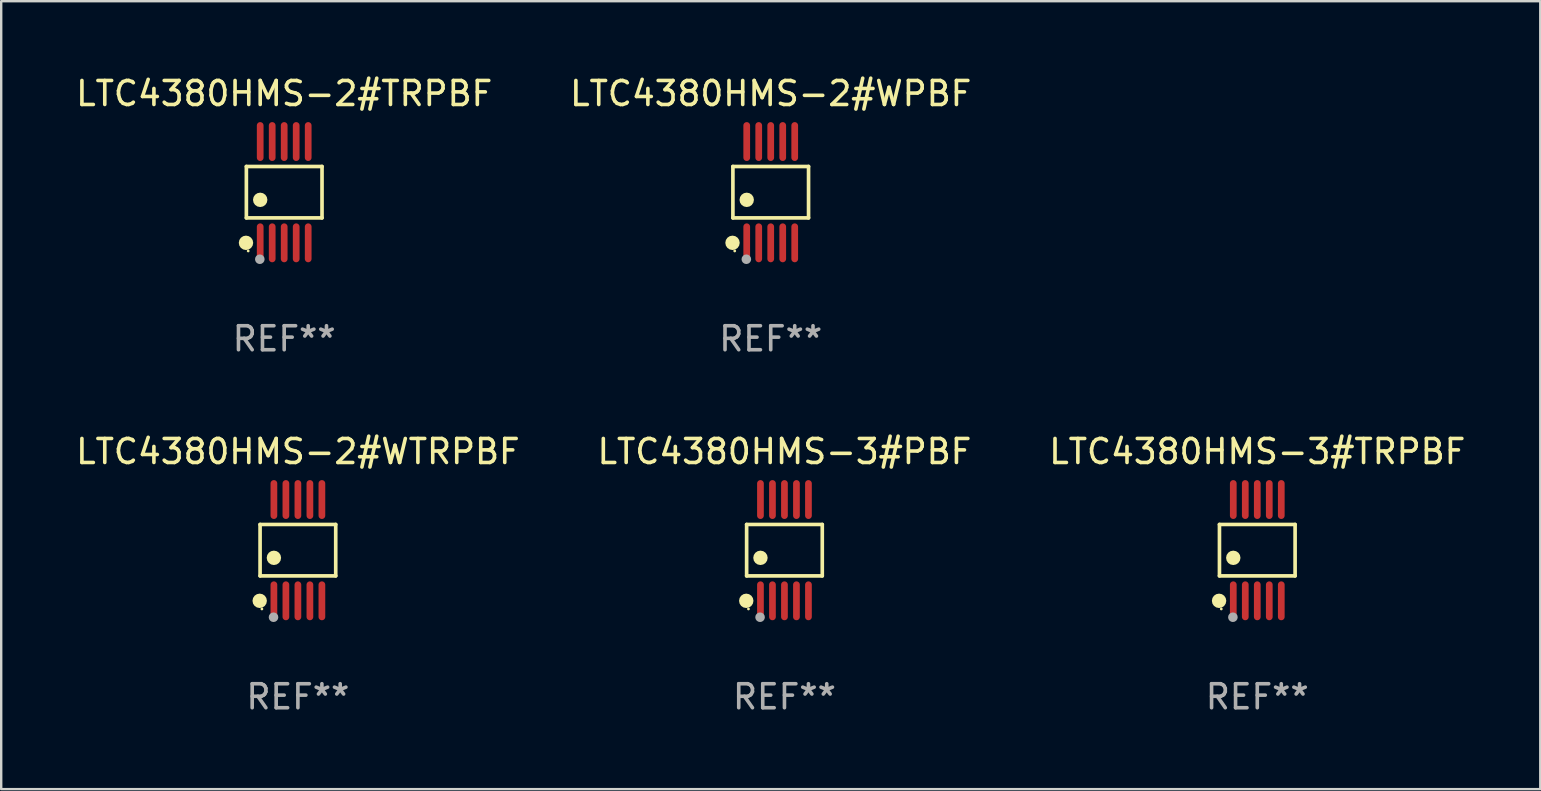
<source format=kicad_pcb>
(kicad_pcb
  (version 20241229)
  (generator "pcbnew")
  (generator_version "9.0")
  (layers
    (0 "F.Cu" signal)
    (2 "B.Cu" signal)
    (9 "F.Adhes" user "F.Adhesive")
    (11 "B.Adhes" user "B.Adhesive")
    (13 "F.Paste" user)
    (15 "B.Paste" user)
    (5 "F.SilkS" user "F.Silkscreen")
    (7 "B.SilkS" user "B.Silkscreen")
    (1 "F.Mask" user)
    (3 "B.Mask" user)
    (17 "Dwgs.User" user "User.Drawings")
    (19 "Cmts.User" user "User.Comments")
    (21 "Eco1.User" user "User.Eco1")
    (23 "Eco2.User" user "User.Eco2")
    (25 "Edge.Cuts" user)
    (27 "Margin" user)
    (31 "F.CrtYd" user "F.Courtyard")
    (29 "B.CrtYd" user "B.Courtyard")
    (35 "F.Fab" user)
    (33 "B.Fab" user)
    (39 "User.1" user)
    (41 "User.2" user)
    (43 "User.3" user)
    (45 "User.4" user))
  (footprint "LTC4380HMS-2#TRPBF"
    (layer "F.Cu")
    (at 8.792 4.958)
    (property "Reference" "LTC4380HMS-2#TRPBF" (at 0 -4.11 0) (layer "F.SilkS") (effects (font (size 1 1) (thickness 0.15))))
    (attr through_hole)
    (fp_line (start -1.576 -1.071) (end 1.576 -1.071) (stroke (width 0.152) (type solid)) (layer "F.SilkS"))
    (fp_line (start -1.576 1.071) (end -1.576 -1.071) (stroke (width 0.152) (type solid)) (layer "F.SilkS"))
    (fp_line (start 1.576 -1.071) (end 1.576 1.071) (stroke (width 0.152) (type solid)) (layer "F.SilkS"))
    (fp_line (start 1.576 1.071) (end -1.576 1.071) (stroke (width 0.152) (type solid)) (layer "F.SilkS"))
    (fp_circle (center -1.592 2.11) (end -1.442 2.11) (stroke (width 0.3) (type solid)) (fill no) (layer "F.SilkS"))
    (fp_circle (center -1.5 2.45) (end -1.47 2.45) (stroke (width 0.06) (type solid)) (fill no) (layer "F.SilkS"))
    (fp_circle (center -1 0.319) (end -0.85 0.319) (stroke (width 0.3) (type solid)) (fill no) (layer "F.SilkS"))
    (fp_circle (center -1.016 2.794) (end -0.916 2.794) (stroke (width 0.2) (type solid)) (fill no) (layer "F.Fab"))
    (fp_text user "REF**" (at 0 6.11 0) (layer "F.Fab") (effects (font (size 1 1) (thickness 0.15))))
    (pad "1" smd oval (at -1 2.11) (size 0.28 1.62) (layers "F.Cu" "F.Mask" "F.Paste"))
    (pad "2" smd oval (at -0.5 2.11) (size 0.28 1.62) (layers "F.Cu" "F.Mask" "F.Paste"))
    (pad "3" smd oval (at 0 2.11) (size 0.28 1.62) (layers "F.Cu" "F.Mask" "F.Paste"))
    (pad "4" smd oval (at 0.5 2.11) (size 0.28 1.62) (layers "F.Cu" "F.Mask" "F.Paste"))
    (pad "5" smd oval (at 1 2.11) (size 0.28 1.62) (layers "F.Cu" "F.Mask" "F.Paste"))
    (pad "6" smd oval (at 1 -2.11) (size 0.28 1.62) (layers "F.Cu" "F.Mask" "F.Paste"))
    (pad "7" smd oval (at 0.5 -2.11) (size 0.28 1.62) (layers "F.Cu" "F.Mask" "F.Paste"))
    (pad "8" smd oval (at 0 -2.11) (size 0.28 1.62) (layers "F.Cu" "F.Mask" "F.Paste"))
    (pad "9" smd oval (at -0.5 -2.11) (size 0.28 1.62) (layers "F.Cu" "F.Mask" "F.Paste"))
    (pad "10" smd oval (at -1 -2.11) (size 0.28 1.62) (layers "F.Cu" "F.Mask" "F.Paste")))
  (footprint "LTC4380HMS-2#WPBF"
    (layer "F.Cu")
    (at 29.065 4.958)
    (property "Reference" "LTC4380HMS-2#WPBF" (at 0 -4.11 0) (layer "F.SilkS") (effects (font (size 1 1) (thickness 0.15))))
    (attr through_hole)
    (fp_line (start -1.576 -1.071) (end 1.576 -1.071) (stroke (width 0.152) (type solid)) (layer "F.SilkS"))
    (fp_line (start -1.576 1.071) (end -1.576 -1.071) (stroke (width 0.152) (type solid)) (layer "F.SilkS"))
    (fp_line (start 1.576 -1.071) (end 1.576 1.071) (stroke (width 0.152) (type solid)) (layer "F.SilkS"))
    (fp_line (start 1.576 1.071) (end -1.576 1.071) (stroke (width 0.152) (type solid)) (layer "F.SilkS"))
    (fp_circle (center -1.592 2.11) (end -1.442 2.11) (stroke (width 0.3) (type solid)) (fill no) (layer "F.SilkS"))
    (fp_circle (center -1.5 2.45) (end -1.47 2.45) (stroke (width 0.06) (type solid)) (fill no) (layer "F.SilkS"))
    (fp_circle (center -1 0.319) (end -0.85 0.319) (stroke (width 0.3) (type solid)) (fill no) (layer "F.SilkS"))
    (fp_circle (center -1.016 2.794) (end -0.916 2.794) (stroke (width 0.2) (type solid)) (fill no) (layer "F.Fab"))
    (fp_text user "REF**" (at 0 6.11 0) (layer "F.Fab") (effects (font (size 1 1) (thickness 0.15))))
    (pad "1" smd oval (at -1 2.11) (size 0.28 1.62) (layers "F.Cu" "F.Mask" "F.Paste"))
    (pad "2" smd oval (at -0.5 2.11) (size 0.28 1.62) (layers "F.Cu" "F.Mask" "F.Paste"))
    (pad "3" smd oval (at 0 2.11) (size 0.28 1.62) (layers "F.Cu" "F.Mask" "F.Paste"))
    (pad "4" smd oval (at 0.5 2.11) (size 0.28 1.62) (layers "F.Cu" "F.Mask" "F.Paste"))
    (pad "5" smd oval (at 1 2.11) (size 0.28 1.62) (layers "F.Cu" "F.Mask" "F.Paste"))
    (pad "6" smd oval (at 1 -2.11) (size 0.28 1.62) (layers "F.Cu" "F.Mask" "F.Paste"))
    (pad "7" smd oval (at 0.5 -2.11) (size 0.28 1.62) (layers "F.Cu" "F.Mask" "F.Paste"))
    (pad "8" smd oval (at 0 -2.11) (size 0.28 1.62) (layers "F.Cu" "F.Mask" "F.Paste"))
    (pad "9" smd oval (at -0.5 -2.11) (size 0.28 1.62) (layers "F.Cu" "F.Mask" "F.Paste"))
    (pad "10" smd oval (at -1 -2.11) (size 0.28 1.62) (layers "F.Cu" "F.Mask" "F.Paste")))
  (footprint "LTC4380HMS-3#PBF"
    (layer "F.Cu")
    (at 29.637 19.875)
    (property "Reference" "LTC4380HMS-3#PBF" (at 0 -4.11 0) (layer "F.SilkS") (effects (font (size 1 1) (thickness 0.15))))
    (attr through_hole)
    (fp_line (start -1.576 -1.071) (end 1.576 -1.071) (stroke (width 0.152) (type solid)) (layer "F.SilkS"))
    (fp_line (start -1.576 1.071) (end -1.576 -1.071) (stroke (width 0.152) (type solid)) (layer "F.SilkS"))
    (fp_line (start 1.576 -1.071) (end 1.576 1.071) (stroke (width 0.152) (type solid)) (layer "F.SilkS"))
    (fp_line (start 1.576 1.071) (end -1.576 1.071) (stroke (width 0.152) (type solid)) (layer "F.SilkS"))
    (fp_circle (center -1.592 2.11) (end -1.442 2.11) (stroke (width 0.3) (type solid)) (fill no) (layer "F.SilkS"))
    (fp_circle (center -1.5 2.45) (end -1.47 2.45) (stroke (width 0.06) (type solid)) (fill no) (layer "F.SilkS"))
    (fp_circle (center -1 0.319) (end -0.85 0.319) (stroke (width 0.3) (type solid)) (fill no) (layer "F.SilkS"))
    (fp_circle (center -1.016 2.794) (end -0.916 2.794) (stroke (width 0.2) (type solid)) (fill no) (layer "F.Fab"))
    (fp_text user "REF**" (at 0 6.11 0) (layer "F.Fab") (effects (font (size 1 1) (thickness 0.15))))
    (pad "1" smd oval (at -1 2.11) (size 0.28 1.62) (layers "F.Cu" "F.Mask" "F.Paste"))
    (pad "2" smd oval (at -0.5 2.11) (size 0.28 1.62) (layers "F.Cu" "F.Mask" "F.Paste"))
    (pad "3" smd oval (at 0 2.11) (size 0.28 1.62) (layers "F.Cu" "F.Mask" "F.Paste"))
    (pad "4" smd oval (at 0.5 2.11) (size 0.28 1.62) (layers "F.Cu" "F.Mask" "F.Paste"))
    (pad "5" smd oval (at 1 2.11) (size 0.28 1.62) (layers "F.Cu" "F.Mask" "F.Paste"))
    (pad "6" smd oval (at 1 -2.11) (size 0.28 1.62) (layers "F.Cu" "F.Mask" "F.Paste"))
    (pad "7" smd oval (at 0.5 -2.11) (size 0.28 1.62) (layers "F.Cu" "F.Mask" "F.Paste"))
    (pad "8" smd oval (at 0 -2.11) (size 0.28 1.62) (layers "F.Cu" "F.Mask" "F.Paste"))
    (pad "9" smd oval (at -0.5 -2.11) (size 0.28 1.62) (layers "F.Cu" "F.Mask" "F.Paste"))
    (pad "10" smd oval (at -1 -2.11) (size 0.28 1.62) (layers "F.Cu" "F.Mask" "F.Paste")))
  (footprint "LTC4380HMS-2#WTRPBF"
    (layer "F.Cu")
    (at 9.363 19.875)
    (property "Reference" "LTC4380HMS-2#WTRPBF" (at 0 -4.11 0) (layer "F.SilkS") (effects (font (size 1 1) (thickness 0.15))))
    (attr through_hole)
    (fp_line (start -1.576 -1.071) (end 1.576 -1.071) (stroke (width 0.152) (type solid)) (layer "F.SilkS"))
    (fp_line (start -1.576 1.071) (end -1.576 -1.071) (stroke (width 0.152) (type solid)) (layer "F.SilkS"))
    (fp_line (start 1.576 -1.071) (end 1.576 1.071) (stroke (width 0.152) (type solid)) (layer "F.SilkS"))
    (fp_line (start 1.576 1.071) (end -1.576 1.071) (stroke (width 0.152) (type solid)) (layer "F.SilkS"))
    (fp_circle (center -1.592 2.11) (end -1.442 2.11) (stroke (width 0.3) (type solid)) (fill no) (layer "F.SilkS"))
    (fp_circle (center -1.5 2.45) (end -1.47 2.45) (stroke (width 0.06) (type solid)) (fill no) (layer "F.SilkS"))
    (fp_circle (center -1 0.319) (end -0.85 0.319) (stroke (width 0.3) (type solid)) (fill no) (layer "F.SilkS"))
    (fp_circle (center -1.016 2.794) (end -0.916 2.794) (stroke (width 0.2) (type solid)) (fill no) (layer "F.Fab"))
    (fp_text user "REF**" (at 0 6.11 0) (layer "F.Fab") (effects (font (size 1 1) (thickness 0.15))))
    (pad "1" smd oval (at -1 2.11) (size 0.28 1.62) (layers "F.Cu" "F.Mask" "F.Paste"))
    (pad "2" smd oval (at -0.5 2.11) (size 0.28 1.62) (layers "F.Cu" "F.Mask" "F.Paste"))
    (pad "3" smd oval (at 0 2.11) (size 0.28 1.62) (layers "F.Cu" "F.Mask" "F.Paste"))
    (pad "4" smd oval (at 0.5 2.11) (size 0.28 1.62) (layers "F.Cu" "F.Mask" "F.Paste"))
    (pad "5" smd oval (at 1 2.11) (size 0.28 1.62) (layers "F.Cu" "F.Mask" "F.Paste"))
    (pad "6" smd oval (at 1 -2.11) (size 0.28 1.62) (layers "F.Cu" "F.Mask" "F.Paste"))
    (pad "7" smd oval (at 0.5 -2.11) (size 0.28 1.62) (layers "F.Cu" "F.Mask" "F.Paste"))
    (pad "8" smd oval (at 0 -2.11) (size 0.28 1.62) (layers "F.Cu" "F.Mask" "F.Paste"))
    (pad "9" smd oval (at -0.5 -2.11) (size 0.28 1.62) (layers "F.Cu" "F.Mask" "F.Paste"))
    (pad "10" smd oval (at -1 -2.11) (size 0.28 1.62) (layers "F.Cu" "F.Mask" "F.Paste")))
  (footprint "LTC4380HMS-3#TRPBF"
    (layer "F.Cu")
    (at 49.339 19.875)
    (property "Reference" "LTC4380HMS-3#TRPBF" (at 0 -4.11 0) (layer "F.SilkS") (effects (font (size 1 1) (thickness 0.15))))
    (attr through_hole)
    (fp_line (start -1.576 -1.071) (end 1.576 -1.071) (stroke (width 0.152) (type solid)) (layer "F.SilkS"))
    (fp_line (start -1.576 1.071) (end -1.576 -1.071) (stroke (width 0.152) (type solid)) (layer "F.SilkS"))
    (fp_line (start 1.576 -1.071) (end 1.576 1.071) (stroke (width 0.152) (type solid)) (layer "F.SilkS"))
    (fp_line (start 1.576 1.071) (end -1.576 1.071) (stroke (width 0.152) (type solid)) (layer "F.SilkS"))
    (fp_circle (center -1.592 2.11) (end -1.442 2.11) (stroke (width 0.3) (type solid)) (fill no) (layer "F.SilkS"))
    (fp_circle (center -1.5 2.45) (end -1.47 2.45) (stroke (width 0.06) (type solid)) (fill no) (layer "F.SilkS"))
    (fp_circle (center -1 0.319) (end -0.85 0.319) (stroke (width 0.3) (type solid)) (fill no) (layer "F.SilkS"))
    (fp_circle (center -1.016 2.794) (end -0.916 2.794) (stroke (width 0.2) (type solid)) (fill no) (layer "F.Fab"))
    (fp_text user "REF**" (at 0 6.11 0) (layer "F.Fab") (effects (font (size 1 1) (thickness 0.15))))
    (pad "1" smd oval (at -1 2.11) (size 0.28 1.62) (layers "F.Cu" "F.Mask" "F.Paste"))
    (pad "2" smd oval (at -0.5 2.11) (size 0.28 1.62) (layers "F.Cu" "F.Mask" "F.Paste"))
    (pad "3" smd oval (at 0 2.11) (size 0.28 1.62) (layers "F.Cu" "F.Mask" "F.Paste"))
    (pad "4" smd oval (at 0.5 2.11) (size 0.28 1.62) (layers "F.Cu" "F.Mask" "F.Paste"))
    (pad "5" smd oval (at 1 2.11) (size 0.28 1.62) (layers "F.Cu" "F.Mask" "F.Paste"))
    (pad "6" smd oval (at 1 -2.11) (size 0.28 1.62) (layers "F.Cu" "F.Mask" "F.Paste"))
    (pad "7" smd oval (at 0.5 -2.11) (size 0.28 1.62) (layers "F.Cu" "F.Mask" "F.Paste"))
    (pad "8" smd oval (at 0 -2.11) (size 0.28 1.62) (layers "F.Cu" "F.Mask" "F.Paste"))
    (pad "9" smd oval (at -0.5 -2.11) (size 0.28 1.62) (layers "F.Cu" "F.Mask" "F.Paste"))
    (pad "10" smd oval (at -1 -2.11) (size 0.28 1.62) (layers "F.Cu" "F.Mask" "F.Paste")))
  (gr_rect
    (start -3 -3)
    (end 61.131 29.833)
    (stroke (width 0.1) (type default))
    (fill no)
    (layer "Edge.Cuts")))
</source>
